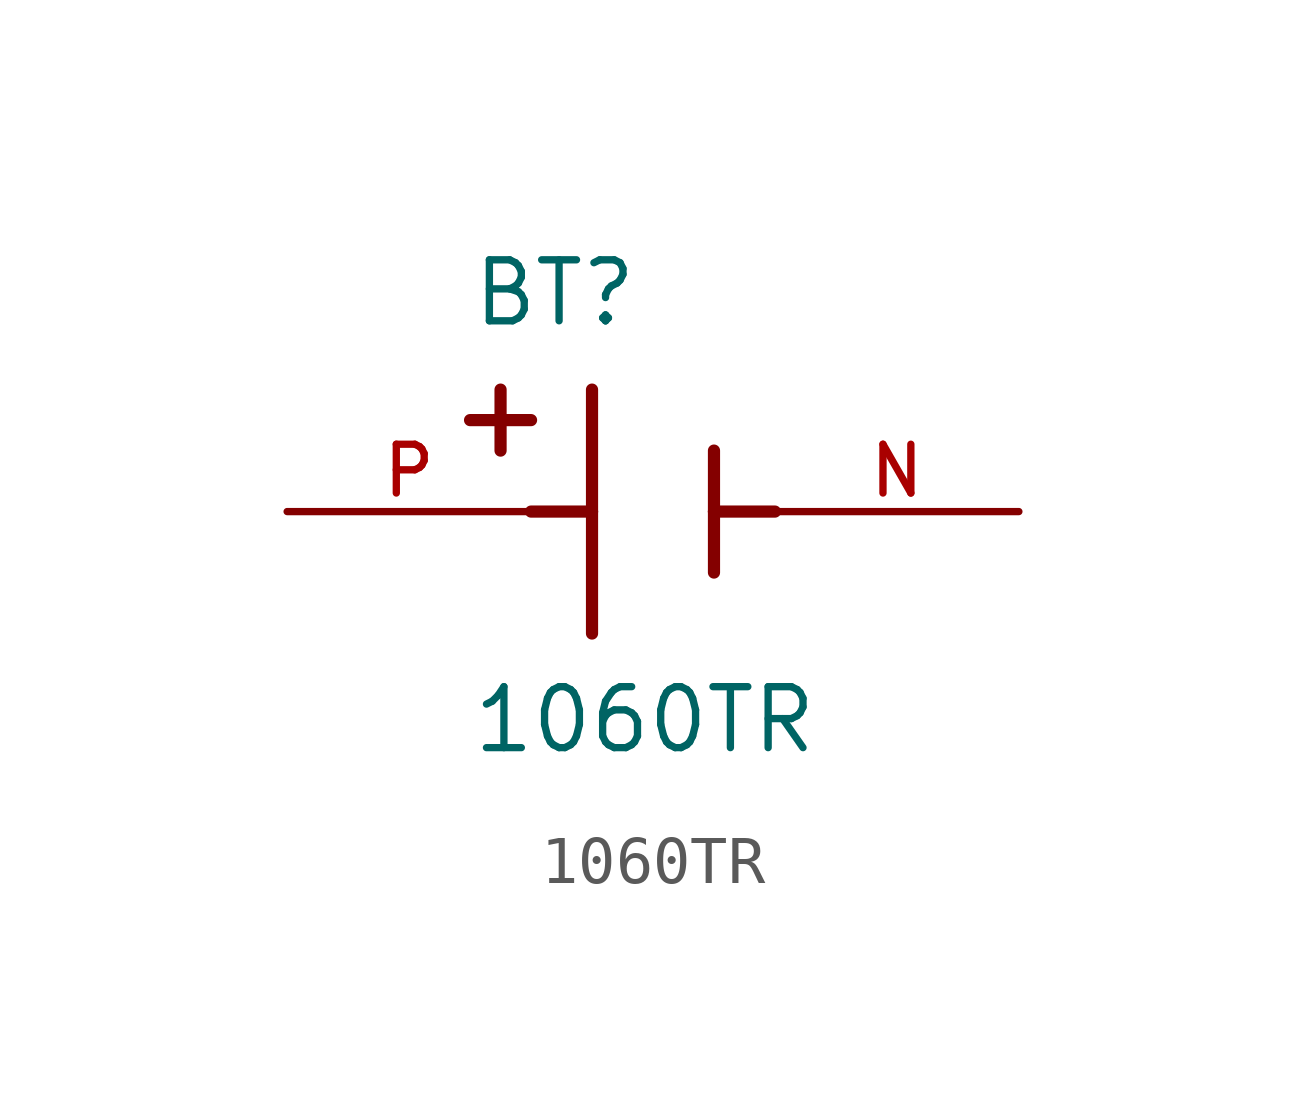
<source format=kicad_sym>
(kicad_symbol_lib
  (version 20220914)
  (generator kicad_symbol_editor)
  (symbol "1060TR"
    (pin_names
      (offset 1.016))
    (property "Reference" "BT"
      (at -3.81 3.81 0)
      (effects (font (size 1.27 1.27)) (justify left bottom)))
    (property "Value" "1060TR"
      (at -3.81 -5.08 0)
      (effects (font (size 1.27 1.27)) (justify left bottom)))
    (symbol "1060TR_0_0"
      (polyline (pts (xy -3.81 1.905) (xy -2.54 1.905)) (stroke (width 0.254) (type default)) (fill (type none)))
      (polyline (pts (xy -3.175 2.54) (xy -3.175 1.27)) (stroke (width 0.254) (type default)) (fill (type none)))
      (polyline (pts (xy -1.27 0) (xy -2.54 0)) (stroke (width 0.254) (type default)) (fill (type none)))
      (polyline (pts (xy -1.27 0) (xy -1.27 -2.54)) (stroke (width 0.254) (type default)) (fill (type none)))
      (polyline (pts (xy -1.27 2.54) (xy -1.27 0)) (stroke (width 0.254) (type default)) (fill (type none)))
      (polyline (pts (xy 1.27 0) (xy 1.27 -1.27)) (stroke (width 0.254) (type default)) (fill (type none)))
      (polyline (pts (xy 1.27 0) (xy 2.54 0)) (stroke (width 0.254) (type default)) (fill (type none)))
      (polyline (pts (xy 1.27 1.27) (xy 1.27 0)) (stroke (width 0.254) (type default)) (fill (type none)))
      (pin passive line (at 7.62 0 180) (length 5.08) (name "~" (effects (font (size 1.016 1.016)))) (number "N" (effects (font (size 1.016 1.016)))))
      (pin passive line (at -7.62 0 0) (length 5.08) (name "~" (effects (font (size 1.016 1.016)))) (number "P" (effects (font (size 1.016 1.016))))))))
</source>
